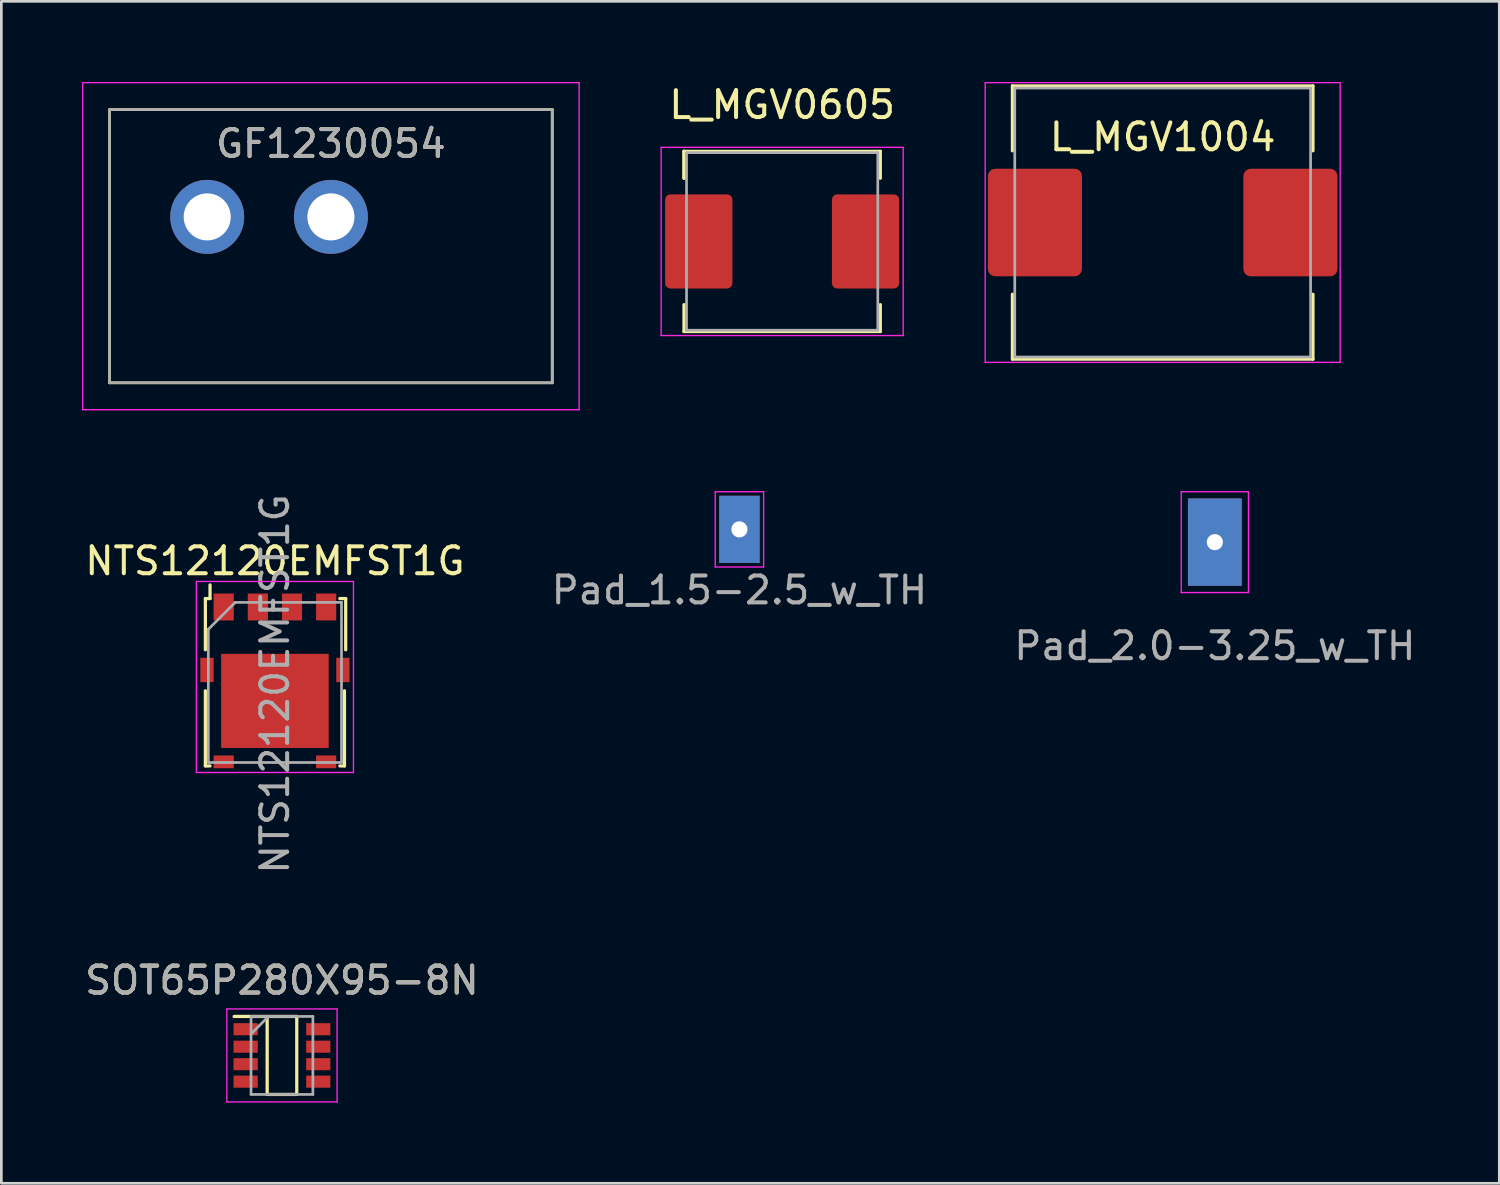
<source format=kicad_pcb>
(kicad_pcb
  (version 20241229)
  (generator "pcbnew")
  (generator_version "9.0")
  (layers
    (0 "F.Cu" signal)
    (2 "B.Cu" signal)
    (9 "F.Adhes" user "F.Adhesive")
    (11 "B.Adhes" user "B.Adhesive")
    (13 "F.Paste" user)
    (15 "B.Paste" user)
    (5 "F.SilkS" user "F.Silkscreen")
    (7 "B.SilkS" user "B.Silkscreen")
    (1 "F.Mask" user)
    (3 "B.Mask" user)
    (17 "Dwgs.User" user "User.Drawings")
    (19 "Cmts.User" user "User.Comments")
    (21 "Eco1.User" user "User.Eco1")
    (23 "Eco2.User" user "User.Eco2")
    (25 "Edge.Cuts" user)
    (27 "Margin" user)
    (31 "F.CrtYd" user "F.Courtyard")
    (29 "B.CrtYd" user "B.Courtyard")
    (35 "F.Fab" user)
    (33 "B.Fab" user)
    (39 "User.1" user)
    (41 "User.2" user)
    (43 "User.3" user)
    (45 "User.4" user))
  (footprint "SOT65P280X95-8N"
    (layer "F.Cu")
    (at 7.435 36.197)
    (property "Reference" "SOT65P280X95-8N" (at 0 -2.794 0) (layer "F.SilkS") (effects (font (size 1 1) (thickness 0.15))))
    (attr smd)
    (fp_line (start -1.778 -1.45) (end 0.55 -1.45) (stroke (width 0.12) (type solid)) (layer "F.SilkS"))
    (fp_line (start -0.55 1.45) (end -0.55 -1.45) (stroke (width 0.12) (type solid)) (layer "F.SilkS"))
    (fp_line (start 0.55 -1.45) (end 0.55 1.45) (stroke (width 0.12) (type solid)) (layer "F.SilkS"))
    (fp_line (start 0.55 1.45) (end -0.55 1.45) (stroke (width 0.12) (type solid)) (layer "F.SilkS"))
    (fp_line (start -2.05 -1.73) (end 2.05 -1.73) (stroke (width 0.05) (type solid)) (layer "F.CrtYd"))
    (fp_line (start -2.05 1.73) (end -2.05 -1.73) (stroke (width 0.05) (type solid)) (layer "F.CrtYd"))
    (fp_line (start 2.05 -1.73) (end 2.05 1.73) (stroke (width 0.05) (type solid)) (layer "F.CrtYd"))
    (fp_line (start 2.05 1.73) (end -2.05 1.73) (stroke (width 0.05) (type solid)) (layer "F.CrtYd"))
    (fp_line (start -1.15 -1.45) (end 1.15 -1.45) (stroke (width 0.1) (type solid)) (layer "F.Fab"))
    (fp_line (start -1.15 -0.8) (end -0.5 -1.45) (stroke (width 0.1) (type solid)) (layer "F.Fab"))
    (fp_line (start -1.15 1.45) (end -1.15 -1.45) (stroke (width 0.1) (type solid)) (layer "F.Fab"))
    (fp_line (start 1.15 -1.45) (end 1.15 1.45) (stroke (width 0.1) (type solid)) (layer "F.Fab"))
    (fp_line (start 1.15 1.45) (end -1.15 1.45) (stroke (width 0.1) (type solid)) (layer "F.Fab"))
    (fp_text user "${REFERENCE}" (at 0 -2.794 0) (layer "F.Fab") (effects (font (size 1 1) (thickness 0.15))))
    (pad "1" smd rect (at -1.35 -0.975 90) (size 0.45 0.9) (layers "F.Cu" "F.Mask" "F.Paste"))
    (pad "2" smd rect (at -1.35 -0.325 90) (size 0.45 0.9) (layers "F.Cu" "F.Mask" "F.Paste"))
    (pad "3" smd rect (at -1.35 0.325 90) (size 0.45 0.9) (layers "F.Cu" "F.Mask" "F.Paste"))
    (pad "4" smd rect (at -1.35 0.975 90) (size 0.45 0.9) (layers "F.Cu" "F.Mask" "F.Paste"))
    (pad "5" smd rect (at 1.35 0.975 90) (size 0.45 0.9) (layers "F.Cu" "F.Mask" "F.Paste"))
    (pad "6" smd rect (at 1.35 0.325 90) (size 0.45 0.9) (layers "F.Cu" "F.Mask" "F.Paste"))
    (pad "7" smd rect (at 1.35 -0.325 90) (size 0.45 0.9) (layers "F.Cu" "F.Mask" "F.Paste"))
    (pad "8" smd rect (at 1.35 -0.975 90) (size 0.45 0.9) (layers "F.Cu" "F.Mask" "F.Paste")))
  (footprint "L_MGV1004"
    (layer "F.Cu")
    (at 40.185 5.225)
    (property "Reference" "L_MGV1004" (at 0 -3.18 0) (layer "F.SilkS") (effects (font (size 1 1) (thickness 0.15))))
    (attr smd)
    (fp_line (start -5.588 -5.08) (end 5.588 -5.08) (stroke (width 0.12) (type solid)) (layer "F.SilkS"))
    (fp_line (start -5.588 -2.667) (end -5.588 -5.08) (stroke (width 0.12) (type solid)) (layer "F.SilkS"))
    (fp_line (start -5.588 5.08) (end -5.588 2.667) (stroke (width 0.12) (type solid)) (layer "F.SilkS"))
    (fp_line (start -5.588 5.08) (end 5.588 5.08) (stroke (width 0.12) (type solid)) (layer "F.SilkS"))
    (fp_line (start 5.588 -2.667) (end 5.588 -5.08) (stroke (width 0.12) (type solid)) (layer "F.SilkS"))
    (fp_line (start 5.588 5.08) (end 5.588 2.667) (stroke (width 0.12) (type solid)) (layer "F.SilkS"))
    (fp_line (start -6.6 -5.2) (end 6.6 -5.2) (stroke (width 0.05) (type solid)) (layer "F.CrtYd"))
    (fp_line (start -6.6 5.2) (end -6.6 -5.2) (stroke (width 0.05) (type solid)) (layer "F.CrtYd"))
    (fp_line (start 6.6 -5.2) (end 6.6 5.2) (stroke (width 0.05) (type solid)) (layer "F.CrtYd"))
    (fp_line (start 6.6 5.2) (end -6.6 5.2) (stroke (width 0.05) (type solid)) (layer "F.CrtYd"))
    (fp_line (start -5.5 -5) (end 5.5 -5) (stroke (width 0.1) (type solid)) (layer "F.Fab"))
    (fp_line (start -5.5 5) (end -5.5 -5) (stroke (width 0.1) (type solid)) (layer "F.Fab"))
    (fp_line (start 5.5 -5) (end 5.5 5) (stroke (width 0.1) (type solid)) (layer "F.Fab"))
    (fp_line (start 5.5 5) (end -5.5 5) (stroke (width 0.1) (type solid)) (layer "F.Fab"))
    (pad "1" smd roundrect (at -4.75 0) (size 3.5 4) (layers "F.Cu" "F.Mask" "F.Paste") (roundrect_rratio 0.078))
    (pad "2" smd roundrect (at 4.75 0) (size 3.5 4) (layers "F.Cu" "F.Mask" "F.Paste") (roundrect_rratio 0.078)))
  (footprint "Pad_1.5-2.5_w_TH"
    (layer "F.Cu")
    (at 24.446 16.635)
    (property "Reference" "Pad_1.5-2.5_w_TH" (at 0 2.845 180) (layer "F.Fab") (effects (font (size 1 1) (thickness 0.15)) (justify bottom)))
    (attr through_hole)
    (fp_line (start -0.9 -1.4) (end 0.9 -1.4) (stroke (width 0.05) (type solid)) (layer "F.CrtYd"))
    (fp_line (start -0.9 1.4) (end -0.9 -1.4) (stroke (width 0.05) (type solid)) (layer "F.CrtYd"))
    (fp_line (start 0.9 -1.4) (end 0.9 1.4) (stroke (width 0.05) (type solid)) (layer "F.CrtYd"))
    (fp_line (start 0.9 1.4) (end -0.9 1.4) (stroke (width 0.05) (type solid)) (layer "F.CrtYd"))
    (pad "1" thru_hole rect (at 0 0) (size 1.5 2.5) (drill 0.6) (layers "*.Cu" "*.Mask")))
  (footprint "NTS12120EMFST1G"
    (layer "F.Cu")
    (at 7.173 20.986)
    (property "Reference" "NTS12120EMFST1G" (at 0 -3.175 0) (layer "F.SilkS") (effects (font (size 1 1) (thickness 0.15))))
    (attr smd)
    (fp_line (start -2.586 0.127) (end -2.586 -1.778) (stroke (width 0.12) (type solid)) (layer "F.SilkS"))
    (fp_line (start -2.586 4.445) (end -2.586 1.651) (stroke (width 0.12) (type solid)) (layer "F.SilkS"))
    (fp_line (start -2.586 4.445) (end -2.413 4.445) (stroke (width 0.12) (type solid)) (layer "F.SilkS"))
    (fp_line (start -2.413 -1.778) (end -2.586 -1.778) (stroke (width 0.12) (type solid)) (layer "F.SilkS"))
    (fp_line (start -2.413 -1.778) (end -2.413 -2.286) (stroke (width 0.12) (type solid)) (layer "F.SilkS"))
    (fp_line (start 2.413 -1.778) (end 2.632 -1.778) (stroke (width 0.12) (type solid)) (layer "F.SilkS"))
    (fp_line (start 2.413 4.445) (end 2.586 4.445) (stroke (width 0.12) (type solid)) (layer "F.SilkS"))
    (fp_line (start 2.586 4.445) (end 2.586 1.651) (stroke (width 0.12) (type solid)) (layer "F.SilkS"))
    (fp_line (start 2.632 0.127) (end 2.632 -1.778) (stroke (width 0.12) (type solid)) (layer "F.SilkS"))
    (fp_line (start -2.921 -2.413) (end -2.921 4.69) (stroke (width 0.05) (type solid)) (layer "F.CrtYd"))
    (fp_line (start -2.921 4.69) (end 2.921 4.69) (stroke (width 0.05) (type solid)) (layer "F.CrtYd"))
    (fp_line (start 2.921 -2.413) (end -2.921 -2.413) (stroke (width 0.05) (type solid)) (layer "F.CrtYd"))
    (fp_line (start 2.921 4.69) (end 2.921 -2.413) (stroke (width 0.05) (type solid)) (layer "F.CrtYd"))
    (fp_line (start -2.476 -0.635) (end -2.476 4.318) (stroke (width 0.1) (type solid)) (layer "F.Fab"))
    (fp_line (start -2.476 -0.635) (end -1.476 -1.635) (stroke (width 0.1) (type solid)) (layer "F.Fab"))
    (fp_line (start -2.476 4.318) (end 2.476 4.318) (stroke (width 0.1) (type solid)) (layer "F.Fab"))
    (fp_line (start 2.476 -1.635) (end -1.476 -1.635) (stroke (width 0.1) (type solid)) (layer "F.Fab"))
    (fp_line (start 2.476 4.318) (end 2.476 -1.635) (stroke (width 0.1) (type solid)) (layer "F.Fab"))
    (fp_text user "${REFERENCE}" (at 0 1.397 270) (layer "F.Fab") (effects (font (size 1 1) (thickness 0.15))))
    (pad "1" smd rect (at -1.905 -1.465) (size 0.75 1) (layers "F.Cu" "F.Mask" "F.Paste"))
    (pad "2" smd rect (at -0.635 -1.465) (size 0.75 1) (layers "F.Cu" "F.Mask" "F.Paste"))
    (pad "3" smd rect (at 0.635 -1.465) (size 0.75 1) (layers "F.Cu" "F.Mask" "F.Paste"))
    (pad "4" smd rect (at 1.905 -1.465) (size 0.75 1) (layers "F.Cu" "F.Mask" "F.Paste"))
    (pad "5" smd rect (at 0 2.027) (size 4 3.5) (layers "F.Cu" "F.Mask" "F.Paste"))
    (pad "5A" smd rect (at -2.527 0.877) (size 0.495 0.905) (layers "F.Cu" "F.Mask" "F.Paste"))
    (pad "5B" smd rect (at -1.905 4.293) (size 0.75 0.475) (layers "F.Cu" "F.Mask" "F.Paste"))
    (pad "5C" smd rect (at 1.905 4.293) (size 0.75 0.475) (layers "F.Cu" "F.Mask" "F.Paste"))
    (pad "5D" smd rect (at 2.527 0.877) (size 0.495 0.905) (layers "F.Cu" "F.Mask" "F.Paste")))
  (footprint "Pad_2.0-3.25_w_TH"
    (layer "F.Cu")
    (at 42.125 17.11)
    (property "Reference" "Pad_2.0-3.25_w_TH" (at 0 4.445 180) (layer "F.Fab") (effects (font (size 1 1) (thickness 0.15)) (justify bottom)))
    (attr through_hole)
    (fp_line (start -1.25 -1.875) (end 1.25 -1.875) (stroke (width 0.05) (type solid)) (layer "F.CrtYd"))
    (fp_line (start -1.25 1.875) (end -1.25 -1.875) (stroke (width 0.05) (type solid)) (layer "F.CrtYd"))
    (fp_line (start 1.25 -1.875) (end 1.25 1.875) (stroke (width 0.05) (type solid)) (layer "F.CrtYd"))
    (fp_line (start 1.25 1.875) (end -1.25 1.875) (stroke (width 0.05) (type solid)) (layer "F.CrtYd"))
    (pad "1" thru_hole rect (at 0 0) (size 2 3.25) (drill 0.6) (layers "*.Cu" "*.Mask")))
  (footprint "L_MGV0605"
    (layer "F.Cu")
    (at 26.035 5.928)
    (property "Reference" "L_MGV0605" (at 0 -5.08 0) (layer "F.SilkS") (effects (font (size 1 1) (thickness 0.15))))
    (attr smd)
    (fp_line (start -3.65 -3.35) (end 3.65 -3.35) (stroke (width 0.12) (type solid)) (layer "F.SilkS"))
    (fp_line (start -3.65 -2.35) (end -3.65 -3.35) (stroke (width 0.12) (type solid)) (layer "F.SilkS"))
    (fp_line (start -3.65 -2.35) (end -3.65 -3.35) (stroke (width 0.12) (type solid)) (layer "F.SilkS"))
    (fp_line (start -3.65 2.35) (end -3.65 3.35) (stroke (width 0.12) (type solid)) (layer "F.SilkS"))
    (fp_line (start -3.65 3.35) (end 3.65 3.35) (stroke (width 0.12) (type solid)) (layer "F.SilkS"))
    (fp_line (start 3.65 -2.35) (end 3.65 -3.35) (stroke (width 0.12) (type solid)) (layer "F.SilkS"))
    (fp_line (start 3.65 2.35) (end 3.65 3.35) (stroke (width 0.12) (type solid)) (layer "F.SilkS"))
    (fp_line (start -4.5 -3.5) (end 4.5 -3.5) (stroke (width 0.05) (type solid)) (layer "F.CrtYd"))
    (fp_line (start -4.5 3.5) (end -4.5 -3.5) (stroke (width 0.05) (type solid)) (layer "F.CrtYd"))
    (fp_line (start 4.5 -3.5) (end 4.5 3.5) (stroke (width 0.05) (type solid)) (layer "F.CrtYd"))
    (fp_line (start 4.5 3.5) (end -4.5 3.5) (stroke (width 0.05) (type solid)) (layer "F.CrtYd"))
    (fp_line (start -3.556 -3.302) (end 3.556 -3.302) (stroke (width 0.1) (type solid)) (layer "F.Fab"))
    (fp_line (start -3.556 3.302) (end -3.556 -3.302) (stroke (width 0.1) (type solid)) (layer "F.Fab"))
    (fp_line (start 3.556 -3.302) (end 3.556 3.302) (stroke (width 0.1) (type solid)) (layer "F.Fab"))
    (fp_line (start 3.556 3.302) (end -3.556 3.302) (stroke (width 0.1) (type solid)) (layer "F.Fab"))
    (pad "1" smd roundrect (at -3.1 0) (size 2.5 3.5) (layers "F.Cu" "F.Mask" "F.Paste") (roundrect_rratio 0.078))
    (pad "2" smd roundrect (at 3.1 0) (size 2.5 3.5) (layers "F.Cu" "F.Mask" "F.Paste") (roundrect_rratio 0.078)))
  (footprint "GF1230054"
    (layer "F.Cu")
    (at 9.255 6.105)
    (property "Reference" "GF1230054" (at 0 -3.81 0) (layer "F.SilkS") (effects (font (size 1 1) (thickness 0.15))))
    (attr through_hole)
    (fp_line (start -8.23 -5.08) (end 8.23 -5.08) (stroke (width 0.1) (type solid)) (layer "F.SilkS"))
    (fp_line (start -8.23 5.08) (end -8.23 -5.08) (stroke (width 0.1) (type solid)) (layer "F.SilkS"))
    (fp_line (start 8.23 -5.08) (end 8.23 5.08) (stroke (width 0.1) (type solid)) (layer "F.SilkS"))
    (fp_line (start 8.23 5.08) (end -8.23 5.08) (stroke (width 0.1) (type solid)) (layer "F.SilkS"))
    (fp_line (start -9.23 -6.08) (end 9.23 -6.08) (stroke (width 0.05) (type solid)) (layer "F.CrtYd"))
    (fp_line (start -9.23 6.08) (end -9.23 -6.08) (stroke (width 0.05) (type solid)) (layer "F.CrtYd"))
    (fp_line (start 9.23 -6.08) (end 9.23 6.08) (stroke (width 0.05) (type solid)) (layer "F.CrtYd"))
    (fp_line (start 9.23 6.08) (end -9.23 6.08) (stroke (width 0.05) (type solid)) (layer "F.CrtYd"))
    (fp_line (start -8.23 -5.08) (end 8.23 -5.08) (stroke (width 0.1) (type solid)) (layer "F.Fab"))
    (fp_line (start -8.23 5.08) (end -8.23 -5.08) (stroke (width 0.1) (type solid)) (layer "F.Fab"))
    (fp_line (start 8.23 -5.08) (end 8.23 5.08) (stroke (width 0.1) (type solid)) (layer "F.Fab"))
    (fp_line (start 8.23 5.08) (end -8.23 5.08) (stroke (width 0.1) (type solid)) (layer "F.Fab"))
    (fp_text user "${REFERENCE}" (at 0 -3.81 0) (layer "F.Fab") (effects (font (size 1 1) (thickness 0.15))))
    (pad "1" thru_hole circle (at -4.6 -1.09) (size 2.75 2.75) (drill 1.75) (layers "*.Cu" "*.Mask"))
    (pad "2" thru_hole circle (at 0 -1.09) (size 2.75 2.75) (drill 1.75) (layers "*.Cu" "*.Mask")))
  (gr_rect
    (start -3 -3)
    (end 52.702 40.952)
    (stroke (width 0.1) (type default))
    (fill no)
    (layer "Edge.Cuts")))
</source>
